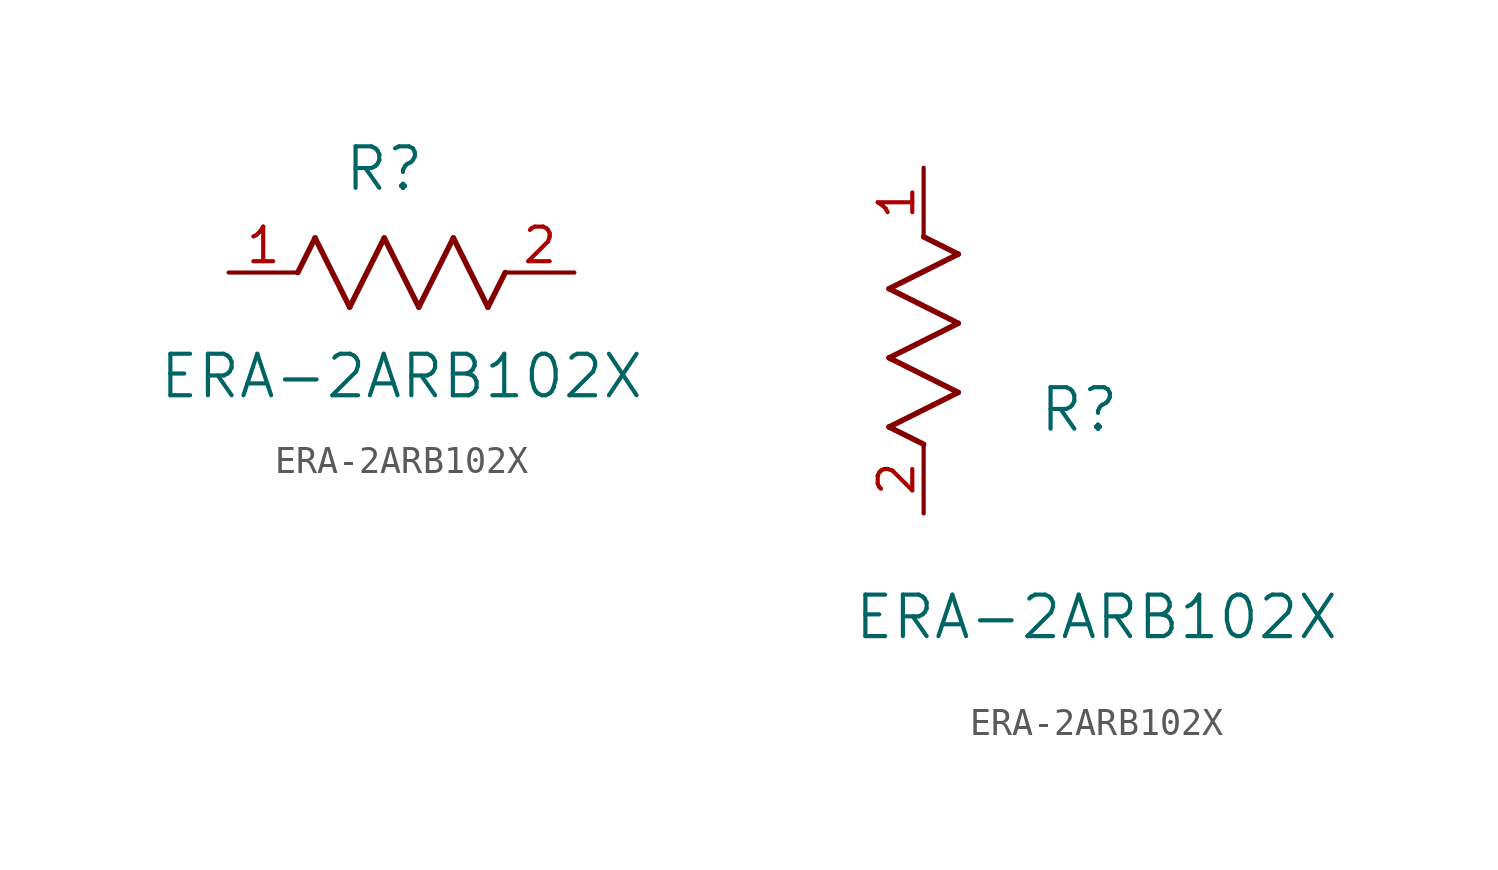
<source format=kicad_sym>
(kicad_symbol_lib
  (version 20211014)
  (generator kicad_symbol_editor)
  (symbol "ERA-2ARB102X"
    (pin_names
      (offset 0.254))
    (property "Reference" "R"
      (at 5.715 3.81 0)
      (effects (font (size 1.524 1.524))))
    (property "Value" "ERA-2ARB102X"
      (at 6.35 -3.81 0)
      (effects (font (size 1.524 1.524))))
    (symbol "ERA-2ARB102X_1_1"
      (polyline (pts (xy 3.175 1.27) (xy 4.445 -1.27)) (stroke (width 0.203) (type default) (color 0 0 0 0)) (fill (type none)))
      (polyline (pts (xy 4.445 -1.27) (xy 5.715 1.27)) (stroke (width 0.203) (type default) (color 0 0 0 0)) (fill (type none)))
      (polyline (pts (xy 5.715 1.27) (xy 6.985 -1.27)) (stroke (width 0.203) (type default) (color 0 0 0 0)) (fill (type none)))
      (polyline (pts (xy 6.985 -1.27) (xy 8.255 1.27)) (stroke (width 0.203) (type default) (color 0 0 0 0)) (fill (type none)))
      (polyline (pts (xy 8.255 1.27) (xy 9.525 -1.27)) (stroke (width 0.203) (type default) (color 0 0 0 0)) (fill (type none)))
      (polyline (pts (xy 2.54 0) (xy 3.175 1.27)) (stroke (width 0.203) (type default) (color 0 0 0 0)) (fill (type none)))
      (polyline (pts (xy 9.525 -1.27) (xy 10.16 0)) (stroke (width 0.203) (type default) (color 0 0 0 0)) (fill (type none)))
      (pin unspecified line (at 0 0 0) (length 2.54) (name "" (effects (font (size 1.27 1.27)))) (number "1" (effects (font (size 1.27 1.27)))))
      (pin unspecified line (at 12.7 0 180) (length 2.54) (name "" (effects (font (size 1.27 1.27)))) (number "2" (effects (font (size 1.27 1.27))))))
    (symbol "ERA-2ARB102X_1_2"
      (polyline (pts (xy 0 2.54) (xy -1.27 3.175)) (stroke (width 0.203) (type default) (color 0 0 0 0)) (fill (type none)))
      (polyline (pts (xy -1.27 3.175) (xy 1.27 4.445)) (stroke (width 0.203) (type default) (color 0 0 0 0)) (fill (type none)))
      (polyline (pts (xy 1.27 4.445) (xy -1.27 5.715)) (stroke (width 0.203) (type default) (color 0 0 0 0)) (fill (type none)))
      (polyline (pts (xy -1.27 5.715) (xy 1.27 6.985)) (stroke (width 0.203) (type default) (color 0 0 0 0)) (fill (type none)))
      (polyline (pts (xy -1.27 8.255) (xy 1.27 9.525)) (stroke (width 0.203) (type default) (color 0 0 0 0)) (fill (type none)))
      (polyline (pts (xy 1.27 9.525) (xy 0 10.16)) (stroke (width 0.203) (type default) (color 0 0 0 0)) (fill (type none)))
      (polyline (pts (xy 1.27 6.985) (xy -1.27 8.255)) (stroke (width 0.203) (type default) (color 0 0 0 0)) (fill (type none)))
      (pin unspecified line (at 0 12.7 270) (length 2.54) (name "" (effects (font (size 1.27 1.27)))) (number "1" (effects (font (size 1.27 1.27)))))
      (pin unspecified line (at 0 0 90) (length 2.54) (name "" (effects (font (size 1.27 1.27)))) (number "2" (effects (font (size 1.27 1.27))))))))
</source>
